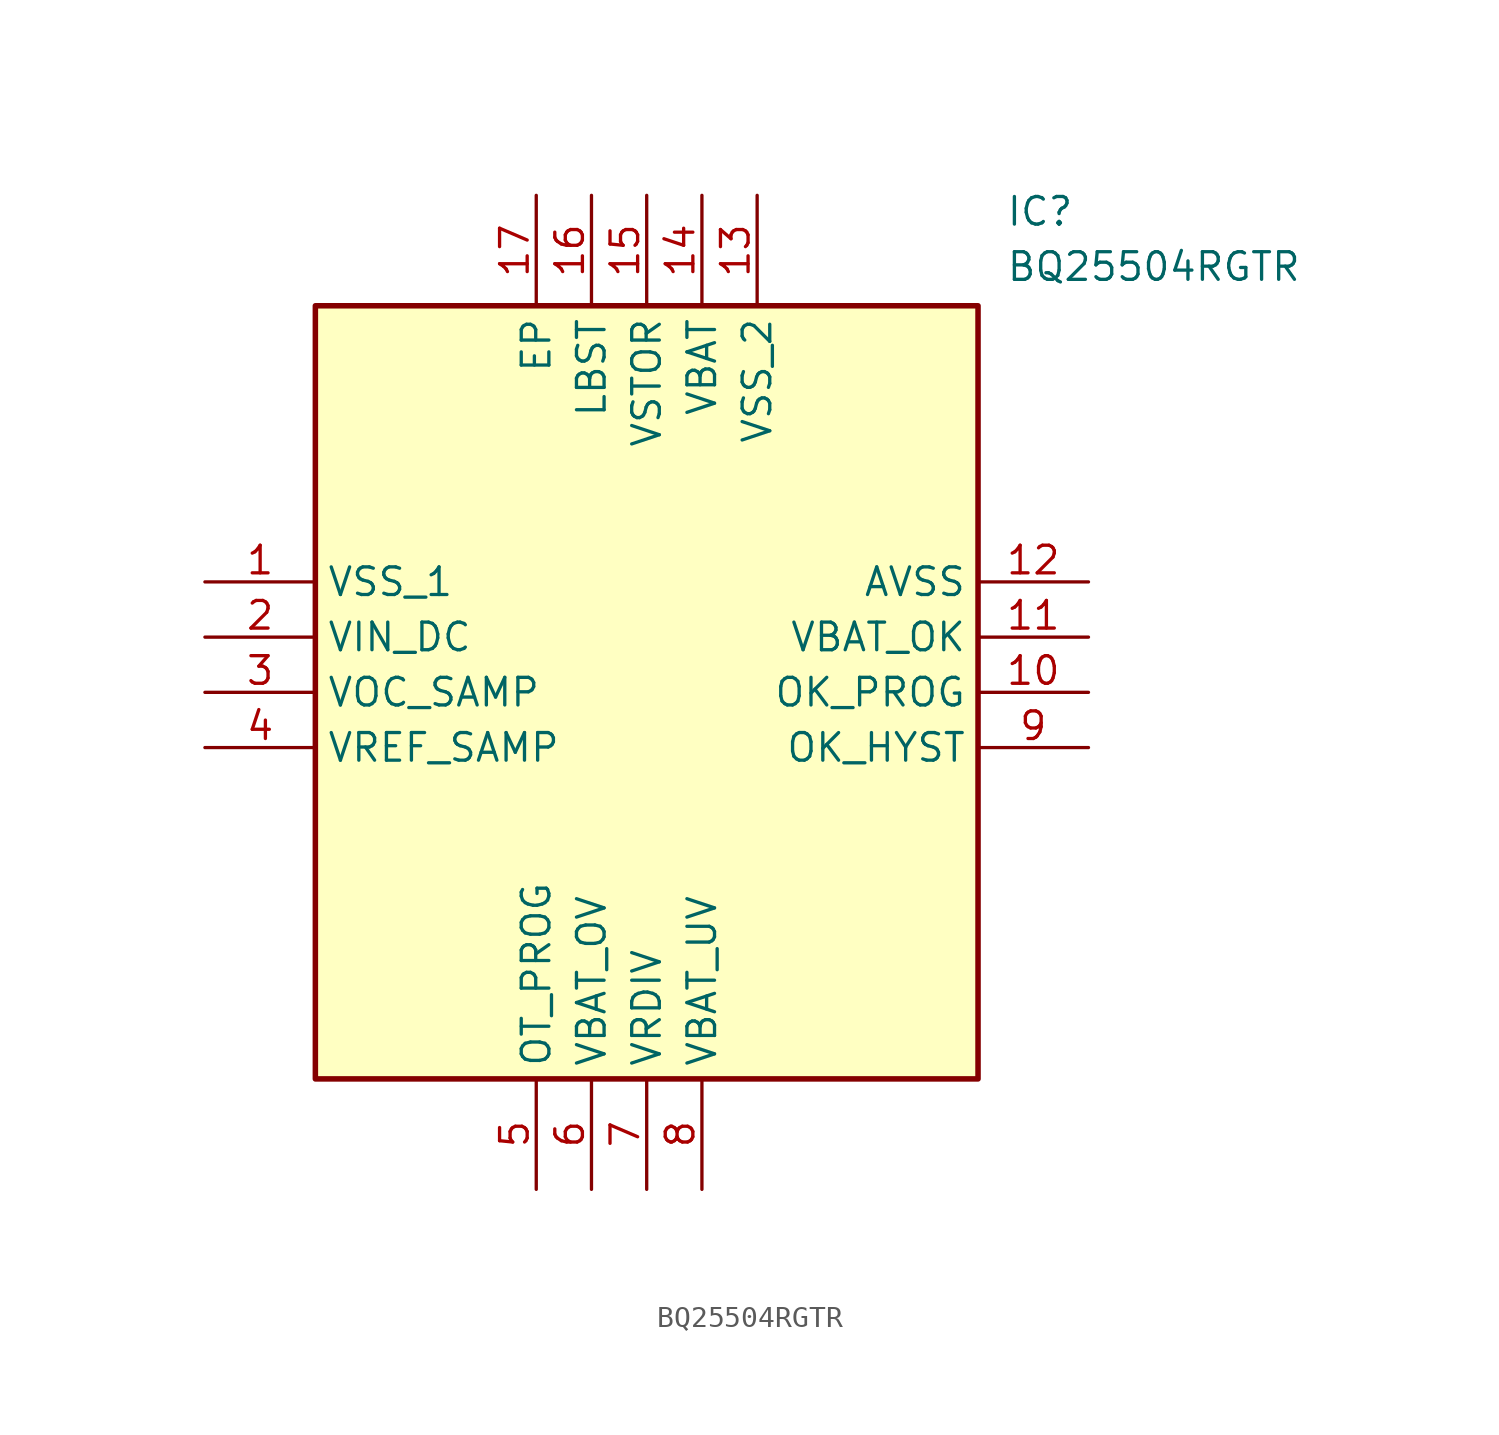
<source format=kicad_sym>
(kicad_symbol_lib
  (version 20211014)
  (generator SamacSys_ECAD_Model)
  (symbol "BQ25504RGTR"
    (property "Reference" "IC"
      (at 36.83 17.78 0)
      (effects (font (size 1.27 1.27)) (justify left top)))
    (property "Value" "BQ25504RGTR"
      (at 36.83 15.24 0)
      (effects (font (size 1.27 1.27)) (justify left top)))
    (rectangle
      (start 5.08 12.7)
      (end 35.56 -22.86)
      (stroke (width 0.254) (type default))
      (fill (type background)))
    (pin passive line
      (at 0 0 0)
      (length 5.08)
      (name "VSS_1" (effects (font (size 1.27 1.27))))
      (number "1" (effects (font (size 1.27 1.27)))))
    (pin passive line
      (at 0 -2.54 0)
      (length 5.08)
      (name "VIN_DC" (effects (font (size 1.27 1.27))))
      (number "2" (effects (font (size 1.27 1.27)))))
    (pin passive line
      (at 0 -5.08 0)
      (length 5.08)
      (name "VOC_SAMP" (effects (font (size 1.27 1.27))))
      (number "3" (effects (font (size 1.27 1.27)))))
    (pin passive line
      (at 0 -7.62 0)
      (length 5.08)
      (name "VREF_SAMP" (effects (font (size 1.27 1.27))))
      (number "4" (effects (font (size 1.27 1.27)))))
    (pin passive line
      (at 15.24 -27.94 90)
      (length 5.08)
      (name "OT_PROG" (effects (font (size 1.27 1.27))))
      (number "5" (effects (font (size 1.27 1.27)))))
    (pin passive line
      (at 17.78 -27.94 90)
      (length 5.08)
      (name "VBAT_OV" (effects (font (size 1.27 1.27))))
      (number "6" (effects (font (size 1.27 1.27)))))
    (pin passive line
      (at 20.32 -27.94 90)
      (length 5.08)
      (name "VRDIV" (effects (font (size 1.27 1.27))))
      (number "7" (effects (font (size 1.27 1.27)))))
    (pin passive line
      (at 22.86 -27.94 90)
      (length 5.08)
      (name "VBAT_UV" (effects (font (size 1.27 1.27))))
      (number "8" (effects (font (size 1.27 1.27)))))
    (pin passive line
      (at 40.64 0 180)
      (length 5.08)
      (name "AVSS" (effects (font (size 1.27 1.27))))
      (number "12" (effects (font (size 1.27 1.27)))))
    (pin passive line
      (at 40.64 -2.54 180)
      (length 5.08)
      (name "VBAT_OK" (effects (font (size 1.27 1.27))))
      (number "11" (effects (font (size 1.27 1.27)))))
    (pin passive line
      (at 40.64 -5.08 180)
      (length 5.08)
      (name "OK_PROG" (effects (font (size 1.27 1.27))))
      (number "10" (effects (font (size 1.27 1.27)))))
    (pin passive line
      (at 40.64 -7.62 180)
      (length 5.08)
      (name "OK_HYST" (effects (font (size 1.27 1.27))))
      (number "9" (effects (font (size 1.27 1.27)))))
    (pin passive line
      (at 15.24 17.78 270)
      (length 5.08)
      (name "EP" (effects (font (size 1.27 1.27))))
      (number "17" (effects (font (size 1.27 1.27)))))
    (pin passive line
      (at 17.78 17.78 270)
      (length 5.08)
      (name "LBST" (effects (font (size 1.27 1.27))))
      (number "16" (effects (font (size 1.27 1.27)))))
    (pin passive line
      (at 20.32 17.78 270)
      (length 5.08)
      (name "VSTOR" (effects (font (size 1.27 1.27))))
      (number "15" (effects (font (size 1.27 1.27)))))
    (pin passive line
      (at 22.86 17.78 270)
      (length 5.08)
      (name "VBAT" (effects (font (size 1.27 1.27))))
      (number "14" (effects (font (size 1.27 1.27)))))
    (pin passive line
      (at 25.4 17.78 270)
      (length 5.08)
      (name "VSS_2" (effects (font (size 1.27 1.27))))
      (number "13" (effects (font (size 1.27 1.27)))))))
</source>
